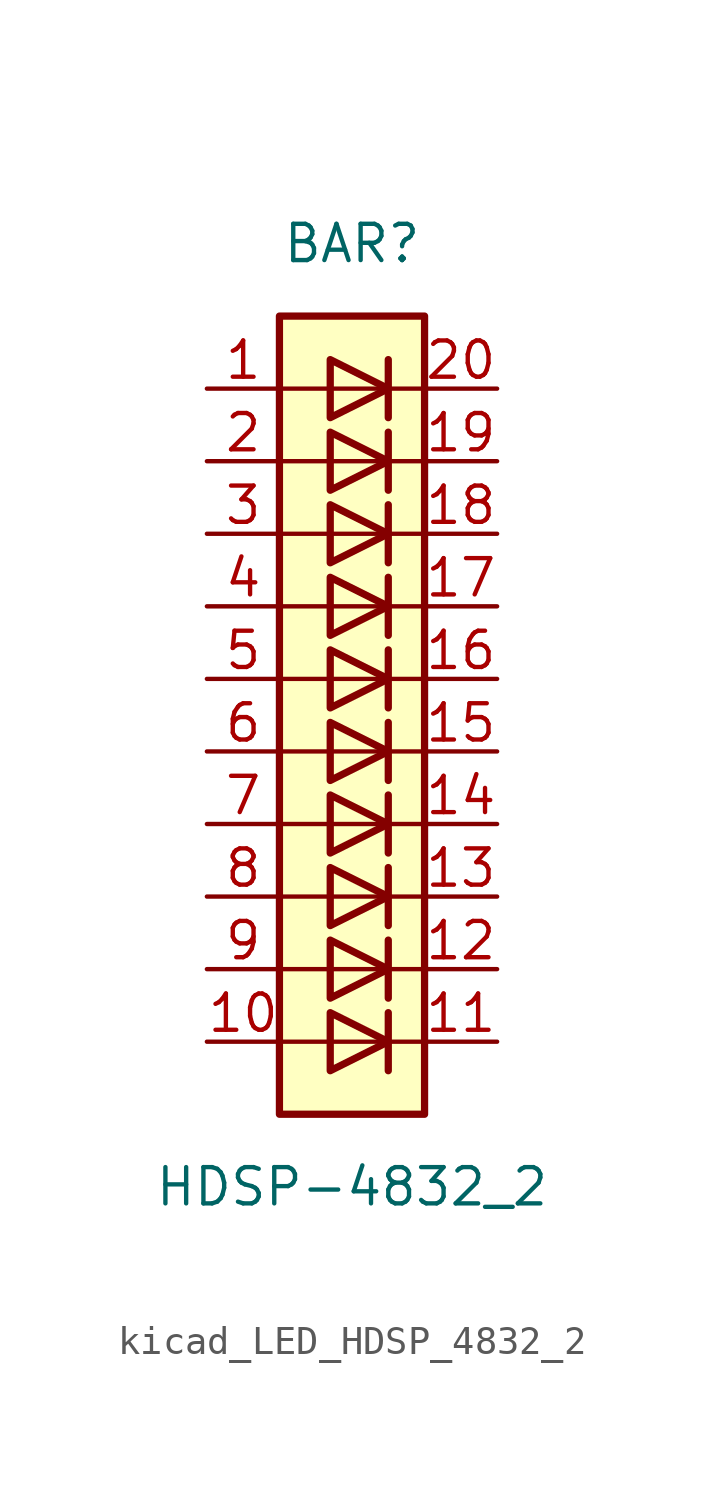
<source format=kicad_sym>
(kicad_symbol_lib
  (version 20220914)
  (generator kicad_symbol_editor)
  (symbol "kicad_LED_HDSP_4832_2"
    (pin_names
      (offset 1.016) hide)
    (property "Reference" "BAR"
      (at 0 15.24 0)
      (effects (font (size 1.27 1.27))))
    (property "Value" "HDSP-4832_2"
      (at 0 -17.78 0)
      (effects (font (size 1.27 1.27))))
    (symbol "kicad_LED_HDSP_4832_2_0_1"
      (rectangle (start -2.54 12.7) (end 2.54 -15.24) (stroke (width 0.254) (type default)) (fill (type background)))
      (polyline (pts (xy -2.54 -12.7) (xy 2.54 -12.7)) (stroke (width 0) (type default)) (fill (type none)))
      (polyline (pts (xy -2.54 -10.16) (xy 2.54 -10.16)) (stroke (width 0) (type default)) (fill (type none)))
      (polyline (pts (xy -2.54 -7.62) (xy 2.54 -7.62)) (stroke (width 0) (type default)) (fill (type none)))
      (polyline (pts (xy -2.54 -5.08) (xy 2.54 -5.08)) (stroke (width 0) (type default)) (fill (type none)))
      (polyline (pts (xy -2.54 0) (xy 2.54 0)) (stroke (width 0) (type default)) (fill (type none)))
      (polyline (pts (xy -2.54 5.08) (xy 2.54 5.08)) (stroke (width 0) (type default)) (fill (type none)))
      (polyline (pts (xy -2.54 7.62) (xy 2.54 7.62)) (stroke (width 0) (type default)) (fill (type none)))
      (polyline (pts (xy -2.54 10.16) (xy 2.54 10.16)) (stroke (width 0) (type default)) (fill (type none)))
      (polyline (pts (xy 1.27 -11.684) (xy 1.27 -13.716)) (stroke (width 0.254) (type default)) (fill (type none)))
      (polyline (pts (xy 1.27 -9.144) (xy 1.27 -11.176)) (stroke (width 0.254) (type default)) (fill (type none)))
      (polyline (pts (xy 1.27 -6.604) (xy 1.27 -8.636)) (stroke (width 0.254) (type default)) (fill (type none)))
      (polyline (pts (xy 1.27 -4.064) (xy 1.27 -6.096)) (stroke (width 0.254) (type default)) (fill (type none)))
      (polyline (pts (xy 1.27 -1.524) (xy 1.27 -3.556)) (stroke (width 0.254) (type default)) (fill (type none)))
      (polyline (pts (xy 1.27 1.016) (xy 1.27 -1.016)) (stroke (width 0.254) (type default)) (fill (type none)))
      (polyline (pts (xy 1.27 3.556) (xy 1.27 1.524)) (stroke (width 0.254) (type default)) (fill (type none)))
      (polyline (pts (xy 1.27 6.096) (xy 1.27 4.064)) (stroke (width 0.254) (type default)) (fill (type none)))
      (polyline (pts (xy 1.27 8.636) (xy 1.27 6.604)) (stroke (width 0.254) (type default)) (fill (type none)))
      (polyline (pts (xy 1.27 11.176) (xy 1.27 9.144)) (stroke (width 0.254) (type default)) (fill (type none)))
      (polyline (pts (xy 2.54 -2.54) (xy -2.54 -2.54)) (stroke (width 0) (type default)) (fill (type none)))
      (polyline (pts (xy 2.54 2.54) (xy -2.54 2.54)) (stroke (width 0) (type default)) (fill (type none)))
      (polyline (pts (xy -0.762 -11.684) (xy -0.762 -13.716) (xy 1.27 -12.7) (xy -0.762 -11.684)) (stroke (width 0.254) (type default)) (fill (type none)))
      (polyline (pts (xy -0.762 -9.144) (xy -0.762 -11.176) (xy 1.27 -10.16) (xy -0.762 -9.144)) (stroke (width 0.254) (type default)) (fill (type none)))
      (polyline (pts (xy -0.762 -6.604) (xy -0.762 -8.636) (xy 1.27 -7.62) (xy -0.762 -6.604)) (stroke (width 0.254) (type default)) (fill (type none)))
      (polyline (pts (xy -0.762 -4.064) (xy -0.762 -6.096) (xy 1.27 -5.08) (xy -0.762 -4.064)) (stroke (width 0.254) (type default)) (fill (type none)))
      (polyline (pts (xy -0.762 -1.524) (xy -0.762 -3.556) (xy 1.27 -2.54) (xy -0.762 -1.524)) (stroke (width 0.254) (type default)) (fill (type none)))
      (polyline (pts (xy -0.762 1.016) (xy -0.762 -1.016) (xy 1.27 0) (xy -0.762 1.016)) (stroke (width 0.254) (type default)) (fill (type none)))
      (polyline (pts (xy -0.762 3.556) (xy -0.762 1.524) (xy 1.27 2.54) (xy -0.762 3.556)) (stroke (width 0.254) (type default)) (fill (type none)))
      (polyline (pts (xy -0.762 6.096) (xy -0.762 4.064) (xy 1.27 5.08) (xy -0.762 6.096)) (stroke (width 0.254) (type default)) (fill (type none)))
      (polyline (pts (xy -0.762 8.636) (xy -0.762 6.604) (xy 1.27 7.62) (xy -0.762 8.636)) (stroke (width 0.254) (type default)) (fill (type none)))
      (polyline (pts (xy -0.762 11.176) (xy -0.762 9.144) (xy 1.27 10.16) (xy -0.762 11.176)) (stroke (width 0.254) (type default)) (fill (type none))))
    (symbol "kicad_LED_HDSP_4832_2_1_1"
      (pin passive line (at -5.08 10.16 0) (length 2.54) (name "A" (effects (font (size 1.27 1.27)))) (number "1" (effects (font (size 1.27 1.27)))))
      (pin passive line (at -5.08 -12.7 0) (length 2.54) (name "A" (effects (font (size 1.27 1.27)))) (number "10" (effects (font (size 1.27 1.27)))))
      (pin passive line (at 5.08 -12.7 180) (length 2.54) (name "K" (effects (font (size 1.27 1.27)))) (number "11" (effects (font (size 1.27 1.27)))))
      (pin passive line (at 5.08 -10.16 180) (length 2.54) (name "K" (effects (font (size 1.27 1.27)))) (number "12" (effects (font (size 1.27 1.27)))))
      (pin passive line (at 5.08 -7.62 180) (length 2.54) (name "K" (effects (font (size 1.27 1.27)))) (number "13" (effects (font (size 1.27 1.27)))))
      (pin passive line (at 5.08 -5.08 180) (length 2.54) (name "K" (effects (font (size 1.27 1.27)))) (number "14" (effects (font (size 1.27 1.27)))))
      (pin passive line (at 5.08 -2.54 180) (length 2.54) (name "K" (effects (font (size 1.27 1.27)))) (number "15" (effects (font (size 1.27 1.27)))))
      (pin passive line (at 5.08 0 180) (length 2.54) (name "K" (effects (font (size 1.27 1.27)))) (number "16" (effects (font (size 1.27 1.27)))))
      (pin passive line (at 5.08 2.54 180) (length 2.54) (name "K" (effects (font (size 1.27 1.27)))) (number "17" (effects (font (size 1.27 1.27)))))
      (pin passive line (at 5.08 5.08 180) (length 2.54) (name "K" (effects (font (size 1.27 1.27)))) (number "18" (effects (font (size 1.27 1.27)))))
      (pin passive line (at 5.08 7.62 180) (length 2.54) (name "K" (effects (font (size 1.27 1.27)))) (number "19" (effects (font (size 1.27 1.27)))))
      (pin passive line (at -5.08 7.62 0) (length 2.54) (name "A" (effects (font (size 1.27 1.27)))) (number "2" (effects (font (size 1.27 1.27)))))
      (pin passive line (at 5.08 10.16 180) (length 2.54) (name "K" (effects (font (size 1.27 1.27)))) (number "20" (effects (font (size 1.27 1.27)))))
      (pin passive line (at -5.08 5.08 0) (length 2.54) (name "A" (effects (font (size 1.27 1.27)))) (number "3" (effects (font (size 1.27 1.27)))))
      (pin passive line (at -5.08 2.54 0) (length 2.54) (name "A" (effects (font (size 1.27 1.27)))) (number "4" (effects (font (size 1.27 1.27)))))
      (pin passive line (at -5.08 0 0) (length 2.54) (name "A" (effects (font (size 1.27 1.27)))) (number "5" (effects (font (size 1.27 1.27)))))
      (pin passive line (at -5.08 -2.54 0) (length 2.54) (name "A" (effects (font (size 1.27 1.27)))) (number "6" (effects (font (size 1.27 1.27)))))
      (pin passive line (at -5.08 -5.08 0) (length 2.54) (name "A" (effects (font (size 1.27 1.27)))) (number "7" (effects (font (size 1.27 1.27)))))
      (pin passive line (at -5.08 -7.62 0) (length 2.54) (name "A" (effects (font (size 1.27 1.27)))) (number "8" (effects (font (size 1.27 1.27)))))
      (pin passive line (at -5.08 -10.16 0) (length 2.54) (name "A" (effects (font (size 1.27 1.27)))) (number "9" (effects (font (size 1.27 1.27))))))))
</source>
